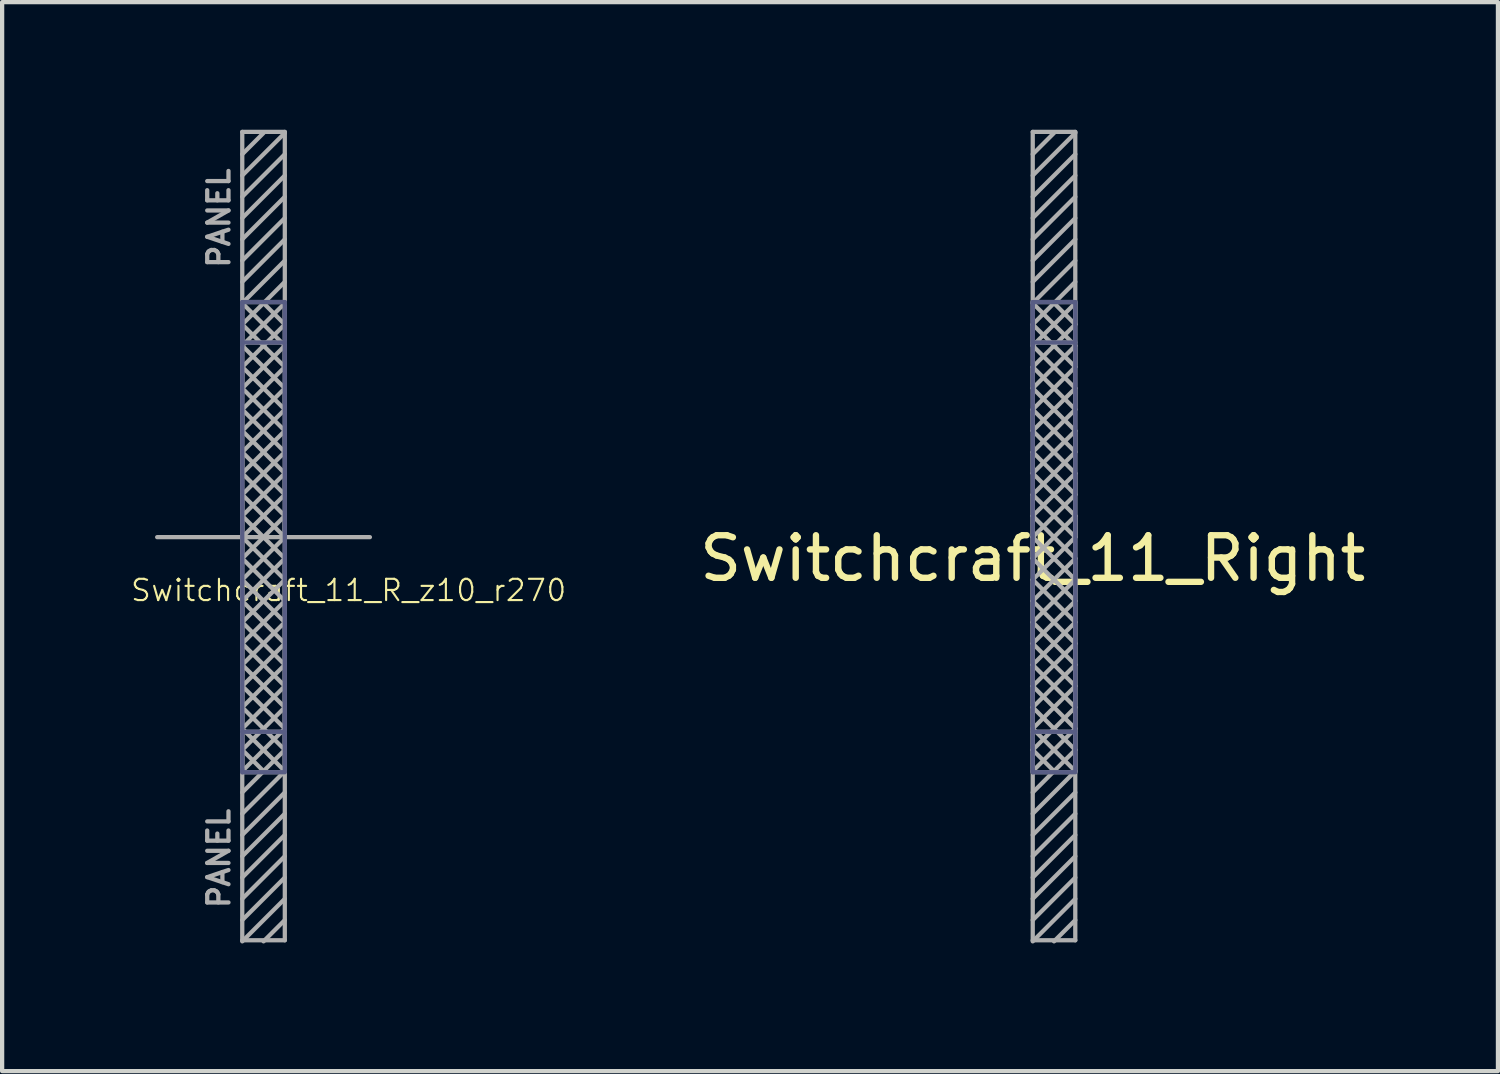
<source format=kicad_pcb>
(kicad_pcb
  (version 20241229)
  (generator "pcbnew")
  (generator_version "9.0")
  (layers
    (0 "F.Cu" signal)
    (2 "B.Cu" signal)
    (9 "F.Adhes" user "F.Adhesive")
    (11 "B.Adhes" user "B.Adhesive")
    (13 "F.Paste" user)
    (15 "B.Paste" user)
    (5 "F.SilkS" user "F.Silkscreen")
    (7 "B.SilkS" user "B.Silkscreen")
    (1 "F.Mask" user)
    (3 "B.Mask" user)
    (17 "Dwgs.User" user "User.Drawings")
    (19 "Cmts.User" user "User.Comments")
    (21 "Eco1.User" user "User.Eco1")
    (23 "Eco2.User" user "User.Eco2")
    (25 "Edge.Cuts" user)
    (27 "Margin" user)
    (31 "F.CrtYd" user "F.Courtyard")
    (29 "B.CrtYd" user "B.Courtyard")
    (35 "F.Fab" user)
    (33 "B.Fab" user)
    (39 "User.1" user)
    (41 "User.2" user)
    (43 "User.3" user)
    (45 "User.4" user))
  (footprint "Switchcraft_11_Right"
    (layer "F.Cu")
    (at 21.223 9.575)
    (property "Reference" "Switchcraft_11_Right" (at 0 0.5 0) (layer "F.SilkS") (effects (font (size 1 1) (thickness 0.15))))
    (attr through_hole)
    (fp_line (start 0 -5.525) (end 0 -5.5) (stroke (width 0.1) (type solid)) (layer "B.Fab"))
    (fp_line (start 0 -5.5) (end 0 -4.5) (stroke (width 0.1) (type solid)) (layer "B.Fab"))
    (fp_line (start 0 -4.575) (end 1 -4.575) (stroke (width 0.1) (type solid)) (layer "B.Fab"))
    (fp_line (start 0 4.5) (end 0 -5.5) (stroke (width 0.1) (type solid)) (layer "B.Fab"))
    (fp_line (start 0 4.575) (end 1 4.575) (stroke (width 0.1) (type solid)) (layer "B.Fab"))
    (fp_line (start 0 5.5) (end 0 4.5) (stroke (width 0.1) (type solid)) (layer "B.Fab"))
    (fp_line (start 0 5.525) (end 0 5.45) (stroke (width 0.1) (type solid)) (layer "B.Fab"))
    (fp_line (start 1 -5.525) (end 0 -5.525) (stroke (width 0.1) (type solid)) (layer "B.Fab"))
    (fp_line (start 1 -5.5) (end 1 -5.525) (stroke (width 0.1) (type solid)) (layer "B.Fab"))
    (fp_line (start 1 -5.5) (end 1 5.5) (stroke (width 0.1) (type solid)) (layer "B.Fab"))
    (fp_line (start 1 5.525) (end 0 5.525) (stroke (width 0.1) (type solid)) (layer "B.Fab"))
    (fp_line (start 0 -9.525) (end 1 -9.525) (stroke (width 0.1) (type solid)) (layer "F.Fab"))
    (fp_line (start 0 -9) (end 0.5 -9.5) (stroke (width 0.1) (type solid)) (layer "F.Fab"))
    (fp_line (start 0 -6.5) (end 1 -7.5) (stroke (width 0.1) (type solid)) (layer "F.Fab"))
    (fp_line (start 0 -5.525) (end 1 -5.525) (stroke (width 0.1) (type solid)) (layer "F.Fab"))
    (fp_line (start 0 -5.5) (end 1 -6.5) (stroke (width 0.1) (type solid)) (layer "F.Fab"))
    (fp_line (start 0 -5.5) (end 1 -4.5) (stroke (width 0.1) (type solid)) (layer "F.Fab"))
    (fp_line (start 0 -5) (end 0.5 -5.5) (stroke (width 0.1) (type solid)) (layer "F.Fab"))
    (fp_line (start 0 -5) (end 1 -4) (stroke (width 0.1) (type solid)) (layer "F.Fab"))
    (fp_line (start 0 -4.575) (end 1 -4.575) (stroke (width 0.1) (type solid)) (layer "F.Fab"))
    (fp_line (start 0 -4.5) (end 0 -5) (stroke (width 0.1) (type solid)) (layer "F.Fab"))
    (fp_line (start 0 -4.5) (end 1 -3.5) (stroke (width 0.1) (type solid)) (layer "F.Fab"))
    (fp_line (start 0 -4) (end 1 -5) (stroke (width 0.1) (type solid)) (layer "F.Fab"))
    (fp_line (start 0 -4) (end 1 -3) (stroke (width 0.1) (type solid)) (layer "F.Fab"))
    (fp_line (start 0 -3.5) (end 0 -4) (stroke (width 0.1) (type solid)) (layer "F.Fab"))
    (fp_line (start 0 -3.5) (end 1 -2.5) (stroke (width 0.1) (type solid)) (layer "F.Fab"))
    (fp_line (start 0 -3) (end 1 -4) (stroke (width 0.1) (type solid)) (layer "F.Fab"))
    (fp_line (start 0 -3) (end 1 -2) (stroke (width 0.1) (type solid)) (layer "F.Fab"))
    (fp_line (start 0 -2.5) (end 0 -3) (stroke (width 0.1) (type solid)) (layer "F.Fab"))
    (fp_line (start 0 -2) (end 1 -3) (stroke (width 0.1) (type solid)) (layer "F.Fab"))
    (fp_line (start 0 -2) (end 1 -1) (stroke (width 0.1) (type solid)) (layer "F.Fab"))
    (fp_line (start 0 -1.5) (end 0 -2) (stroke (width 0.1) (type solid)) (layer "F.Fab"))
    (fp_line (start 0 -1.5) (end 1 -0.5) (stroke (width 0.1) (type solid)) (layer "F.Fab"))
    (fp_line (start 0 -1) (end 1 -2) (stroke (width 0.1) (type solid)) (layer "F.Fab"))
    (fp_line (start 0 -0.5) (end 0 -1) (stroke (width 0.1) (type solid)) (layer "F.Fab"))
    (fp_line (start 0 -0.5) (end 0 0) (stroke (width 0.1) (type solid)) (layer "F.Fab"))
    (fp_line (start 0 0) (end 1 -1) (stroke (width 0.1) (type solid)) (layer "F.Fab"))
    (fp_line (start 0 0) (end 1 1) (stroke (width 0.1) (type solid)) (layer "F.Fab"))
    (fp_line (start 0 0.5) (end 0 0) (stroke (width 0.1) (type solid)) (layer "F.Fab"))
    (fp_line (start 0 1) (end 1 0) (stroke (width 0.1) (type solid)) (layer "F.Fab"))
    (fp_line (start 0 1) (end 1 2) (stroke (width 0.1) (type solid)) (layer "F.Fab"))
    (fp_line (start 0 1.5) (end 0 1) (stroke (width 0.1) (type solid)) (layer "F.Fab"))
    (fp_line (start 0 1.5) (end 0 2) (stroke (width 0.1) (type solid)) (layer "F.Fab"))
    (fp_line (start 0 2) (end 1 1) (stroke (width 0.1) (type solid)) (layer "F.Fab"))
    (fp_line (start 0 2) (end 1 3) (stroke (width 0.1) (type solid)) (layer "F.Fab"))
    (fp_line (start 0 2.5) (end 0 2) (stroke (width 0.1) (type solid)) (layer "F.Fab"))
    (fp_line (start 0 2.5) (end 0 3) (stroke (width 0.1) (type solid)) (layer "F.Fab"))
    (fp_line (start 0 3) (end 1 2) (stroke (width 0.1) (type solid)) (layer "F.Fab"))
    (fp_line (start 0 3) (end 1 4) (stroke (width 0.1) (type solid)) (layer "F.Fab"))
    (fp_line (start 0 3.5) (end 0 3) (stroke (width 0.1) (type solid)) (layer "F.Fab"))
    (fp_line (start 0 3.5) (end 0 4) (stroke (width 0.1) (type solid)) (layer "F.Fab"))
    (fp_line (start 0 4) (end 1 3) (stroke (width 0.1) (type solid)) (layer "F.Fab"))
    (fp_line (start 0 4) (end 1 5) (stroke (width 0.1) (type solid)) (layer "F.Fab"))
    (fp_line (start 0 4.5) (end 0 4) (stroke (width 0.1) (type solid)) (layer "F.Fab"))
    (fp_line (start 0 4.5) (end 0 5) (stroke (width 0.1) (type solid)) (layer "F.Fab"))
    (fp_line (start 0 4.575) (end 1 4.575) (stroke (width 0.1) (type solid)) (layer "F.Fab"))
    (fp_line (start 0 5) (end 0.5 5.5) (stroke (width 0.1) (type solid)) (layer "F.Fab"))
    (fp_line (start 0 5) (end 1 4) (stroke (width 0.1) (type solid)) (layer "F.Fab"))
    (fp_line (start 0 5.5) (end 0 5) (stroke (width 0.1) (type solid)) (layer "F.Fab"))
    (fp_line (start 0 5.525) (end 1 5.525) (stroke (width 0.1) (type solid)) (layer "F.Fab"))
    (fp_line (start 0 7) (end 1 6) (stroke (width 0.1) (type solid)) (layer "F.Fab"))
    (fp_line (start 0 8) (end 1 7) (stroke (width 0.1) (type solid)) (layer "F.Fab"))
    (fp_line (start 0 9) (end 1 8) (stroke (width 0.1) (type solid)) (layer "F.Fab"))
    (fp_line (start 0 9.475) (end 0 -9.525) (stroke (width 0.1) (type solid)) (layer "F.Fab"))
    (fp_line (start 0.5 -5.5) (end 1 -5) (stroke (width 0.1) (type solid)) (layer "F.Fab"))
    (fp_line (start 0.5 5.5) (end 0 6) (stroke (width 0.1) (type solid)) (layer "F.Fab"))
    (fp_line (start 0.5 5.5) (end 1 5) (stroke (width 0.1) (type solid)) (layer "F.Fab"))
    (fp_line (start 0.5 9.5) (end 1 9) (stroke (width 0.1) (type solid)) (layer "F.Fab"))
    (fp_line (start 1 -9.525) (end 1 9.475) (stroke (width 0.1) (type solid)) (layer "F.Fab"))
    (fp_line (start 1 -9.5) (end 0 -8.5) (stroke (width 0.1) (type solid)) (layer "F.Fab"))
    (fp_line (start 1 -9) (end 0 -8) (stroke (width 0.1) (type solid)) (layer "F.Fab"))
    (fp_line (start 1 -8.5) (end 0 -7.5) (stroke (width 0.1) (type solid)) (layer "F.Fab"))
    (fp_line (start 1 -8) (end 0 -7) (stroke (width 0.1) (type solid)) (layer "F.Fab"))
    (fp_line (start 1 -7) (end 0 -6) (stroke (width 0.1) (type solid)) (layer "F.Fab"))
    (fp_line (start 1 -6) (end 0.5 -5.5) (stroke (width 0.1) (type solid)) (layer "F.Fab"))
    (fp_line (start 1 -5.5) (end 0 -4.5) (stroke (width 0.1) (type solid)) (layer "F.Fab"))
    (fp_line (start 1 -5) (end 1 -5.5) (stroke (width 0.1) (type solid)) (layer "F.Fab"))
    (fp_line (start 1 -4.5) (end 0 -3.5) (stroke (width 0.1) (type solid)) (layer "F.Fab"))
    (fp_line (start 1 -4) (end 1 -4.5) (stroke (width 0.1) (type solid)) (layer "F.Fab"))
    (fp_line (start 1 -3.5) (end 0 -2.5) (stroke (width 0.1) (type solid)) (layer "F.Fab"))
    (fp_line (start 1 -3) (end 1 -3.5) (stroke (width 0.1) (type solid)) (layer "F.Fab"))
    (fp_line (start 1 -2.5) (end 0 -1.5) (stroke (width 0.1) (type solid)) (layer "F.Fab"))
    (fp_line (start 1 -2) (end 1 -2.5) (stroke (width 0.1) (type solid)) (layer "F.Fab"))
    (fp_line (start 1 -1.5) (end 0 -2.5) (stroke (width 0.1) (type solid)) (layer "F.Fab"))
    (fp_line (start 1 -1.5) (end 0 -0.5) (stroke (width 0.1) (type solid)) (layer "F.Fab"))
    (fp_line (start 1 -1) (end 1 -1.5) (stroke (width 0.1) (type solid)) (layer "F.Fab"))
    (fp_line (start 1 -0.5) (end 0 0.5) (stroke (width 0.1) (type solid)) (layer "F.Fab"))
    (fp_line (start 1 -0.5) (end 1 0) (stroke (width 0.1) (type solid)) (layer "F.Fab"))
    (fp_line (start 1 0) (end 0 -1) (stroke (width 0.1) (type solid)) (layer "F.Fab"))
    (fp_line (start 1 0) (end 1 -0.5) (stroke (width 0.1) (type solid)) (layer "F.Fab"))
    (fp_line (start 1 0.5) (end 0 -0.5) (stroke (width 0.1) (type solid)) (layer "F.Fab"))
    (fp_line (start 1 0.5) (end 0 1.5) (stroke (width 0.1) (type solid)) (layer "F.Fab"))
    (fp_line (start 1 1) (end 1 0.5) (stroke (width 0.1) (type solid)) (layer "F.Fab"))
    (fp_line (start 1 1) (end 1 1.5) (stroke (width 0.1) (type solid)) (layer "F.Fab"))
    (fp_line (start 1 1.5) (end 0 0.5) (stroke (width 0.1) (type solid)) (layer "F.Fab"))
    (fp_line (start 1 1.5) (end 0 2.5) (stroke (width 0.1) (type solid)) (layer "F.Fab"))
    (fp_line (start 1 2) (end 1 1.5) (stroke (width 0.1) (type solid)) (layer "F.Fab"))
    (fp_line (start 1 2) (end 1 2.5) (stroke (width 0.1) (type solid)) (layer "F.Fab"))
    (fp_line (start 1 2.5) (end 0 1.5) (stroke (width 0.1) (type solid)) (layer "F.Fab"))
    (fp_line (start 1 2.5) (end 0 3.5) (stroke (width 0.1) (type solid)) (layer "F.Fab"))
    (fp_line (start 1 3) (end 1 2.5) (stroke (width 0.1) (type solid)) (layer "F.Fab"))
    (fp_line (start 1 3) (end 1 3.5) (stroke (width 0.1) (type solid)) (layer "F.Fab"))
    (fp_line (start 1 3.5) (end 0 2.5) (stroke (width 0.1) (type solid)) (layer "F.Fab"))
    (fp_line (start 1 3.5) (end 0 4.5) (stroke (width 0.1) (type solid)) (layer "F.Fab"))
    (fp_line (start 1 4) (end 1 3.5) (stroke (width 0.1) (type solid)) (layer "F.Fab"))
    (fp_line (start 1 4) (end 1 4.5) (stroke (width 0.1) (type solid)) (layer "F.Fab"))
    (fp_line (start 1 4.5) (end 0 3.5) (stroke (width 0.1) (type solid)) (layer "F.Fab"))
    (fp_line (start 1 4.5) (end 0 5.5) (stroke (width 0.1) (type solid)) (layer "F.Fab"))
    (fp_line (start 1 5) (end 1 4.5) (stroke (width 0.1) (type solid)) (layer "F.Fab"))
    (fp_line (start 1 5) (end 1 5.5) (stroke (width 0.1) (type solid)) (layer "F.Fab"))
    (fp_line (start 1 5.5) (end 0 4.5) (stroke (width 0.1) (type solid)) (layer "F.Fab"))
    (fp_line (start 1 5.5) (end 0 6.5) (stroke (width 0.1) (type solid)) (layer "F.Fab"))
    (fp_line (start 1 6.5) (end 0 7.5) (stroke (width 0.1) (type solid)) (layer "F.Fab"))
    (fp_line (start 1 7.5) (end 0 8.5) (stroke (width 0.1) (type solid)) (layer "F.Fab"))
    (fp_line (start 1 8.5) (end 0 9.5) (stroke (width 0.1) (type solid)) (layer "F.Fab"))
    (fp_line (start 1 9.475) (end 0 9.475) (stroke (width 0.1) (type solid)) (layer "F.Fab")))
  (footprint "Switchcraft_11_R_z10_r270"
    (layer "F.Cu")
    (at 2.644 9.575)
    (property "Reference" "Switchcraft_11_R_z10_r270" (at 2.5 1.25 180) (layer "F.SilkS") (effects (font (size 0.5 0.5) (thickness 0.05))))
    (attr through_hole)
    (fp_line (start 0 -5.525) (end 0 -5.5) (stroke (width 0.1) (type solid)) (layer "B.Fab"))
    (fp_line (start 0 -5.5) (end 0 -4.5) (stroke (width 0.1) (type solid)) (layer "B.Fab"))
    (fp_line (start 0 -4.575) (end 1 -4.575) (stroke (width 0.1) (type solid)) (layer "B.Fab"))
    (fp_line (start 0 4.5) (end 0 -5.5) (stroke (width 0.1) (type solid)) (layer "B.Fab"))
    (fp_line (start 0 4.575) (end 1 4.575) (stroke (width 0.1) (type solid)) (layer "B.Fab"))
    (fp_line (start 0 5.5) (end 0 4.5) (stroke (width 0.1) (type solid)) (layer "B.Fab"))
    (fp_line (start 0 5.525) (end 0 5.45) (stroke (width 0.1) (type solid)) (layer "B.Fab"))
    (fp_line (start 1 -5.525) (end 0 -5.525) (stroke (width 0.1) (type solid)) (layer "B.Fab"))
    (fp_line (start 1 -5.5) (end 1 -5.525) (stroke (width 0.1) (type solid)) (layer "B.Fab"))
    (fp_line (start 1 -5.5) (end 1 5.5) (stroke (width 0.1) (type solid)) (layer "B.Fab"))
    (fp_line (start 1 5.525) (end 0 5.525) (stroke (width 0.1) (type solid)) (layer "B.Fab"))
    (fp_line (start -2 0) (end 3 0) (stroke (width 0.1) (type solid)) (layer "F.Fab"))
    (fp_line (start 0 -9.525) (end 1 -9.525) (stroke (width 0.1) (type solid)) (layer "F.Fab"))
    (fp_line (start 0 -9) (end 0.5 -9.5) (stroke (width 0.1) (type solid)) (layer "F.Fab"))
    (fp_line (start 0 -6.5) (end 1 -7.5) (stroke (width 0.1) (type solid)) (layer "F.Fab"))
    (fp_line (start 0 -5.525) (end 1 -5.525) (stroke (width 0.1) (type solid)) (layer "F.Fab"))
    (fp_line (start 0 -5.5) (end 1 -6.5) (stroke (width 0.1) (type solid)) (layer "F.Fab"))
    (fp_line (start 0 -5.5) (end 1 -4.5) (stroke (width 0.1) (type solid)) (layer "F.Fab"))
    (fp_line (start 0 -5) (end 0.5 -5.5) (stroke (width 0.1) (type solid)) (layer "F.Fab"))
    (fp_line (start 0 -5) (end 1 -4) (stroke (width 0.1) (type solid)) (layer "F.Fab"))
    (fp_line (start 0 -4.575) (end 1 -4.575) (stroke (width 0.1) (type solid)) (layer "F.Fab"))
    (fp_line (start 0 -4.5) (end 0 -5) (stroke (width 0.1) (type solid)) (layer "F.Fab"))
    (fp_line (start 0 -4.5) (end 1 -3.5) (stroke (width 0.1) (type solid)) (layer "F.Fab"))
    (fp_line (start 0 -4) (end 1 -5) (stroke (width 0.1) (type solid)) (layer "F.Fab"))
    (fp_line (start 0 -4) (end 1 -3) (stroke (width 0.1) (type solid)) (layer "F.Fab"))
    (fp_line (start 0 -3.5) (end 0 -4) (stroke (width 0.1) (type solid)) (layer "F.Fab"))
    (fp_line (start 0 -3.5) (end 1 -2.5) (stroke (width 0.1) (type solid)) (layer "F.Fab"))
    (fp_line (start 0 -3) (end 1 -4) (stroke (width 0.1) (type solid)) (layer "F.Fab"))
    (fp_line (start 0 -3) (end 1 -2) (stroke (width 0.1) (type solid)) (layer "F.Fab"))
    (fp_line (start 0 -2.5) (end 0 -3) (stroke (width 0.1) (type solid)) (layer "F.Fab"))
    (fp_line (start 0 -2) (end 1 -3) (stroke (width 0.1) (type solid)) (layer "F.Fab"))
    (fp_line (start 0 -2) (end 1 -1) (stroke (width 0.1) (type solid)) (layer "F.Fab"))
    (fp_line (start 0 -1.5) (end 0 -2) (stroke (width 0.1) (type solid)) (layer "F.Fab"))
    (fp_line (start 0 -1.5) (end 1 -0.5) (stroke (width 0.1) (type solid)) (layer "F.Fab"))
    (fp_line (start 0 -1) (end 1 -2) (stroke (width 0.1) (type solid)) (layer "F.Fab"))
    (fp_line (start 0 -0.5) (end 0 -1) (stroke (width 0.1) (type solid)) (layer "F.Fab"))
    (fp_line (start 0 -0.5) (end 0 0) (stroke (width 0.1) (type solid)) (layer "F.Fab"))
    (fp_line (start 0 0) (end 1 -1) (stroke (width 0.1) (type solid)) (layer "F.Fab"))
    (fp_line (start 0 0) (end 1 1) (stroke (width 0.1) (type solid)) (layer "F.Fab"))
    (fp_line (start 0 0.5) (end 0 0) (stroke (width 0.1) (type solid)) (layer "F.Fab"))
    (fp_line (start 0 1) (end 1 0) (stroke (width 0.1) (type solid)) (layer "F.Fab"))
    (fp_line (start 0 1) (end 1 2) (stroke (width 0.1) (type solid)) (layer "F.Fab"))
    (fp_line (start 0 1.5) (end 0 1) (stroke (width 0.1) (type solid)) (layer "F.Fab"))
    (fp_line (start 0 1.5) (end 0 2) (stroke (width 0.1) (type solid)) (layer "F.Fab"))
    (fp_line (start 0 2) (end 1 1) (stroke (width 0.1) (type solid)) (layer "F.Fab"))
    (fp_line (start 0 2) (end 1 3) (stroke (width 0.1) (type solid)) (layer "F.Fab"))
    (fp_line (start 0 2.5) (end 0 2) (stroke (width 0.1) (type solid)) (layer "F.Fab"))
    (fp_line (start 0 2.5) (end 0 3) (stroke (width 0.1) (type solid)) (layer "F.Fab"))
    (fp_line (start 0 3) (end 1 2) (stroke (width 0.1) (type solid)) (layer "F.Fab"))
    (fp_line (start 0 3) (end 1 4) (stroke (width 0.1) (type solid)) (layer "F.Fab"))
    (fp_line (start 0 3.5) (end 0 3) (stroke (width 0.1) (type solid)) (layer "F.Fab"))
    (fp_line (start 0 3.5) (end 0 4) (stroke (width 0.1) (type solid)) (layer "F.Fab"))
    (fp_line (start 0 4) (end 1 3) (stroke (width 0.1) (type solid)) (layer "F.Fab"))
    (fp_line (start 0 4) (end 1 5) (stroke (width 0.1) (type solid)) (layer "F.Fab"))
    (fp_line (start 0 4.5) (end 0 4) (stroke (width 0.1) (type solid)) (layer "F.Fab"))
    (fp_line (start 0 4.5) (end 0 5) (stroke (width 0.1) (type solid)) (layer "F.Fab"))
    (fp_line (start 0 4.575) (end 1 4.575) (stroke (width 0.1) (type solid)) (layer "F.Fab"))
    (fp_line (start 0 5) (end 0.5 5.5) (stroke (width 0.1) (type solid)) (layer "F.Fab"))
    (fp_line (start 0 5) (end 1 4) (stroke (width 0.1) (type solid)) (layer "F.Fab"))
    (fp_line (start 0 5.5) (end 0 5) (stroke (width 0.1) (type solid)) (layer "F.Fab"))
    (fp_line (start 0 5.525) (end 1 5.525) (stroke (width 0.1) (type solid)) (layer "F.Fab"))
    (fp_line (start 0 7) (end 1 6) (stroke (width 0.1) (type solid)) (layer "F.Fab"))
    (fp_line (start 0 8) (end 1 7) (stroke (width 0.1) (type solid)) (layer "F.Fab"))
    (fp_line (start 0 9) (end 1 8) (stroke (width 0.1) (type solid)) (layer "F.Fab"))
    (fp_line (start 0 9.475) (end 0 -9.525) (stroke (width 0.1) (type solid)) (layer "F.Fab"))
    (fp_line (start 0.5 -5.5) (end 1 -5) (stroke (width 0.1) (type solid)) (layer "F.Fab"))
    (fp_line (start 0.5 5.5) (end 0 6) (stroke (width 0.1) (type solid)) (layer "F.Fab"))
    (fp_line (start 0.5 5.5) (end 1 5) (stroke (width 0.1) (type solid)) (layer "F.Fab"))
    (fp_line (start 0.5 9.5) (end 1 9) (stroke (width 0.1) (type solid)) (layer "F.Fab"))
    (fp_line (start 1 -9.525) (end 1 9.475) (stroke (width 0.1) (type solid)) (layer "F.Fab"))
    (fp_line (start 1 -9.5) (end 0 -8.5) (stroke (width 0.1) (type solid)) (layer "F.Fab"))
    (fp_line (start 1 -9) (end 0 -8) (stroke (width 0.1) (type solid)) (layer "F.Fab"))
    (fp_line (start 1 -8.5) (end 0 -7.5) (stroke (width 0.1) (type solid)) (layer "F.Fab"))
    (fp_line (start 1 -8) (end 0 -7) (stroke (width 0.1) (type solid)) (layer "F.Fab"))
    (fp_line (start 1 -7) (end 0 -6) (stroke (width 0.1) (type solid)) (layer "F.Fab"))
    (fp_line (start 1 -6) (end 0.5 -5.5) (stroke (width 0.1) (type solid)) (layer "F.Fab"))
    (fp_line (start 1 -5.5) (end 0 -4.5) (stroke (width 0.1) (type solid)) (layer "F.Fab"))
    (fp_line (start 1 -5) (end 1 -5.5) (stroke (width 0.1) (type solid)) (layer "F.Fab"))
    (fp_line (start 1 -4.5) (end 0 -3.5) (stroke (width 0.1) (type solid)) (layer "F.Fab"))
    (fp_line (start 1 -4) (end 1 -4.5) (stroke (width 0.1) (type solid)) (layer "F.Fab"))
    (fp_line (start 1 -3.5) (end 0 -2.5) (stroke (width 0.1) (type solid)) (layer "F.Fab"))
    (fp_line (start 1 -3) (end 1 -3.5) (stroke (width 0.1) (type solid)) (layer "F.Fab"))
    (fp_line (start 1 -2.5) (end 0 -1.5) (stroke (width 0.1) (type solid)) (layer "F.Fab"))
    (fp_line (start 1 -2) (end 1 -2.5) (stroke (width 0.1) (type solid)) (layer "F.Fab"))
    (fp_line (start 1 -1.5) (end 0 -2.5) (stroke (width 0.1) (type solid)) (layer "F.Fab"))
    (fp_line (start 1 -1.5) (end 0 -0.5) (stroke (width 0.1) (type solid)) (layer "F.Fab"))
    (fp_line (start 1 -1) (end 1 -1.5) (stroke (width 0.1) (type solid)) (layer "F.Fab"))
    (fp_line (start 1 -0.5) (end 0 0.5) (stroke (width 0.1) (type solid)) (layer "F.Fab"))
    (fp_line (start 1 -0.5) (end 1 0) (stroke (width 0.1) (type solid)) (layer "F.Fab"))
    (fp_line (start 1 0) (end 0 -1) (stroke (width 0.1) (type solid)) (layer "F.Fab"))
    (fp_line (start 1 0) (end 1 -0.5) (stroke (width 0.1) (type solid)) (layer "F.Fab"))
    (fp_line (start 1 0.5) (end 0 -0.5) (stroke (width 0.1) (type solid)) (layer "F.Fab"))
    (fp_line (start 1 0.5) (end 0 1.5) (stroke (width 0.1) (type solid)) (layer "F.Fab"))
    (fp_line (start 1 1) (end 1 0.5) (stroke (width 0.1) (type solid)) (layer "F.Fab"))
    (fp_line (start 1 1) (end 1 1.5) (stroke (width 0.1) (type solid)) (layer "F.Fab"))
    (fp_line (start 1 1.5) (end 0 0.5) (stroke (width 0.1) (type solid)) (layer "F.Fab"))
    (fp_line (start 1 1.5) (end 0 2.5) (stroke (width 0.1) (type solid)) (layer "F.Fab"))
    (fp_line (start 1 2) (end 1 1.5) (stroke (width 0.1) (type solid)) (layer "F.Fab"))
    (fp_line (start 1 2) (end 1 2.5) (stroke (width 0.1) (type solid)) (layer "F.Fab"))
    (fp_line (start 1 2.5) (end 0 1.5) (stroke (width 0.1) (type solid)) (layer "F.Fab"))
    (fp_line (start 1 2.5) (end 0 3.5) (stroke (width 0.1) (type solid)) (layer "F.Fab"))
    (fp_line (start 1 3) (end 1 2.5) (stroke (width 0.1) (type solid)) (layer "F.Fab"))
    (fp_line (start 1 3) (end 1 3.5) (stroke (width 0.1) (type solid)) (layer "F.Fab"))
    (fp_line (start 1 3.5) (end 0 2.5) (stroke (width 0.1) (type solid)) (layer "F.Fab"))
    (fp_line (start 1 3.5) (end 0 4.5) (stroke (width 0.1) (type solid)) (layer "F.Fab"))
    (fp_line (start 1 4) (end 1 3.5) (stroke (width 0.1) (type solid)) (layer "F.Fab"))
    (fp_line (start 1 4) (end 1 4.5) (stroke (width 0.1) (type solid)) (layer "F.Fab"))
    (fp_line (start 1 4.5) (end 0 3.5) (stroke (width 0.1) (type solid)) (layer "F.Fab"))
    (fp_line (start 1 4.5) (end 0 5.5) (stroke (width 0.1) (type solid)) (layer "F.Fab"))
    (fp_line (start 1 5) (end 1 4.5) (stroke (width 0.1) (type solid)) (layer "F.Fab"))
    (fp_line (start 1 5) (end 1 5.5) (stroke (width 0.1) (type solid)) (layer "F.Fab"))
    (fp_line (start 1 5.5) (end 0 4.5) (stroke (width 0.1) (type solid)) (layer "F.Fab"))
    (fp_line (start 1 5.5) (end 0 6.5) (stroke (width 0.1) (type solid)) (layer "F.Fab"))
    (fp_line (start 1 6.5) (end 0 7.5) (stroke (width 0.1) (type solid)) (layer "F.Fab"))
    (fp_line (start 1 7.5) (end 0 8.5) (stroke (width 0.1) (type solid)) (layer "F.Fab"))
    (fp_line (start 1 8.5) (end 0 9.5) (stroke (width 0.1) (type solid)) (layer "F.Fab"))
    (fp_line (start 1 9.475) (end 0 9.475) (stroke (width 0.1) (type solid)) (layer "F.Fab"))
    (fp_text user "PANEL" (at -0.55 -7.5 90) (layer "F.Fab") (effects (font (size 0.5 0.5) (thickness 0.1))))
    (fp_text user "PANEL" (at -0.55 7.55 90) (layer "F.Fab") (effects (font (size 0.5 0.5) (thickness 0.1)))))
  (gr_rect
    (start -3 -3)
    (end 32.157 22.125)
    (stroke (width 0.1) (type default))
    (fill no)
    (layer "Edge.Cuts")))
</source>
